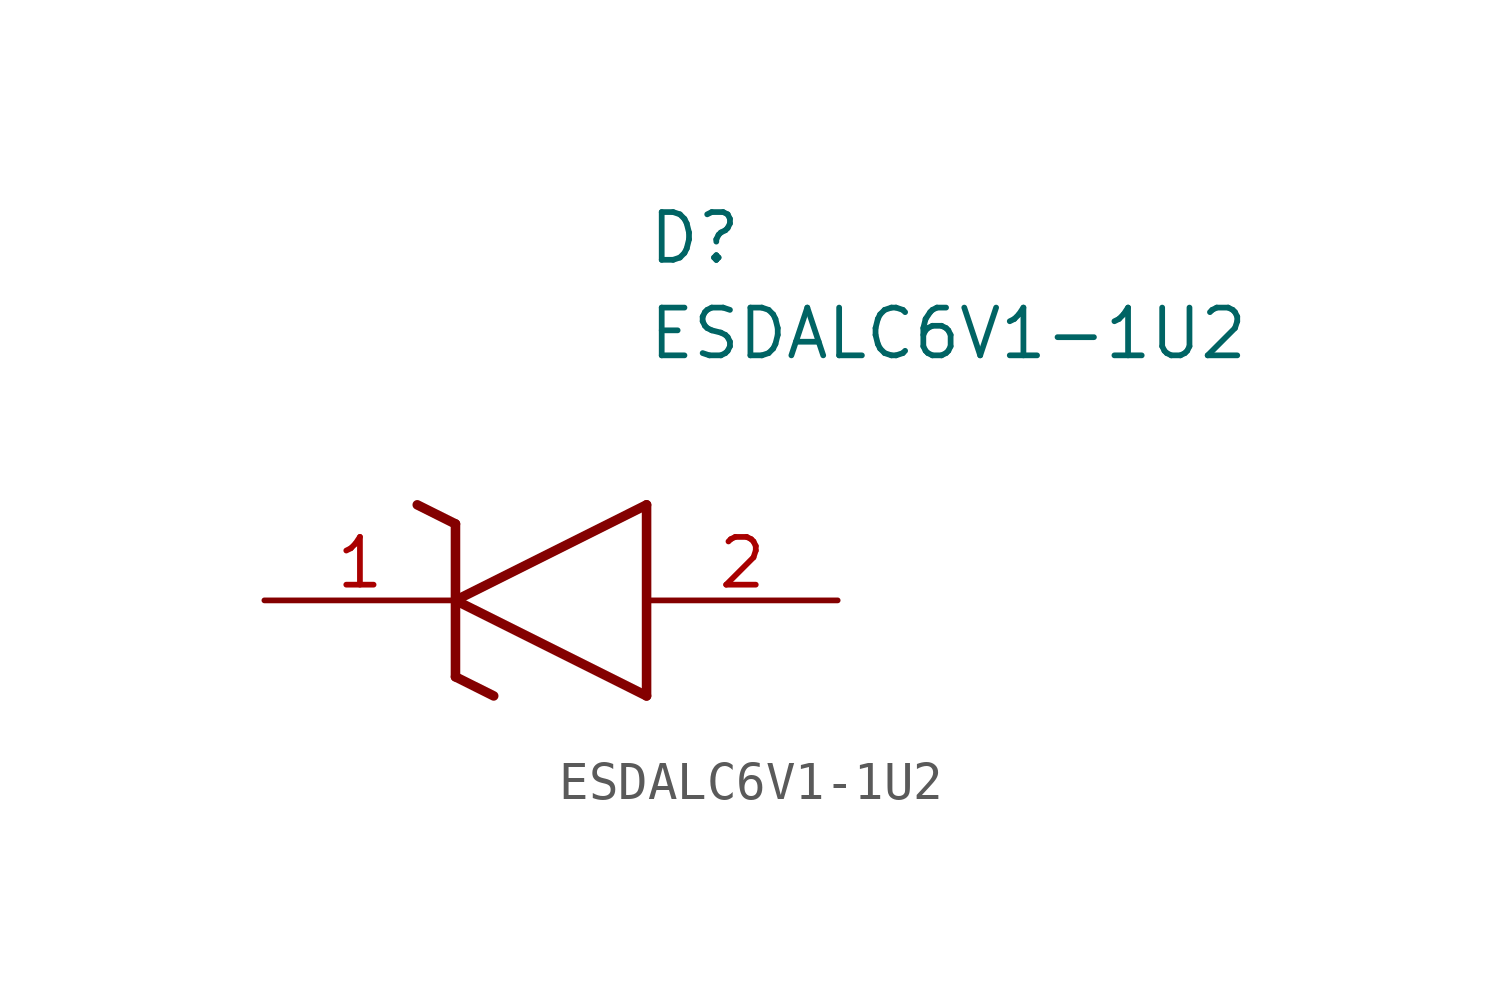
<source format=kicad_sym>
(kicad_symbol_lib
  (version 20211014)
  (generator SamacSys_ECAD_Model)
  (symbol "ESDALC6V1-1U2"
    (pin_names hide)
    (property "Reference" "D"
      (at 10.16 8.89 0)
      (effects (font (size 1.27 1.27)) (justify left bottom)))
    (property "Value" "ESDALC6V1-1U2"
      (at 10.16 6.35 0)
      (effects (font (size 1.27 1.27)) (justify left bottom)))
    (polyline
      (pts (xy 5.08 0) (xy 10.16 2.54))
      (stroke (width 0.254) (type default))
      (fill (type none)))
    (polyline
      (pts (xy 10.16 -2.54) (xy 10.16 2.54))
      (stroke (width 0.254) (type default))
      (fill (type none)))
    (polyline
      (pts (xy 10.16 -2.54) (xy 5.08 0))
      (stroke (width 0.254) (type default))
      (fill (type none)))
    (polyline
      (pts (xy 5.08 -2.032) (xy 6.096 -2.54))
      (stroke (width 0.254) (type default))
      (fill (type none)))
    (polyline
      (pts (xy 5.08 -2.032) (xy 5.08 2.032))
      (stroke (width 0.254) (type default))
      (fill (type none)))
    (polyline
      (pts (xy 4.064 2.54) (xy 5.08 2.032))
      (stroke (width 0.254) (type default))
      (fill (type none)))
    (pin passive line
      (at 0 0 0)
      (length 5.08)
      (name "K" (effects (font (size 1.27 1.27))))
      (number "1" (effects (font (size 1.27 1.27)))))
    (pin passive line
      (at 15.24 0 180)
      (length 5.08)
      (name "A" (effects (font (size 1.27 1.27))))
      (number "2" (effects (font (size 1.27 1.27)))))))
</source>
